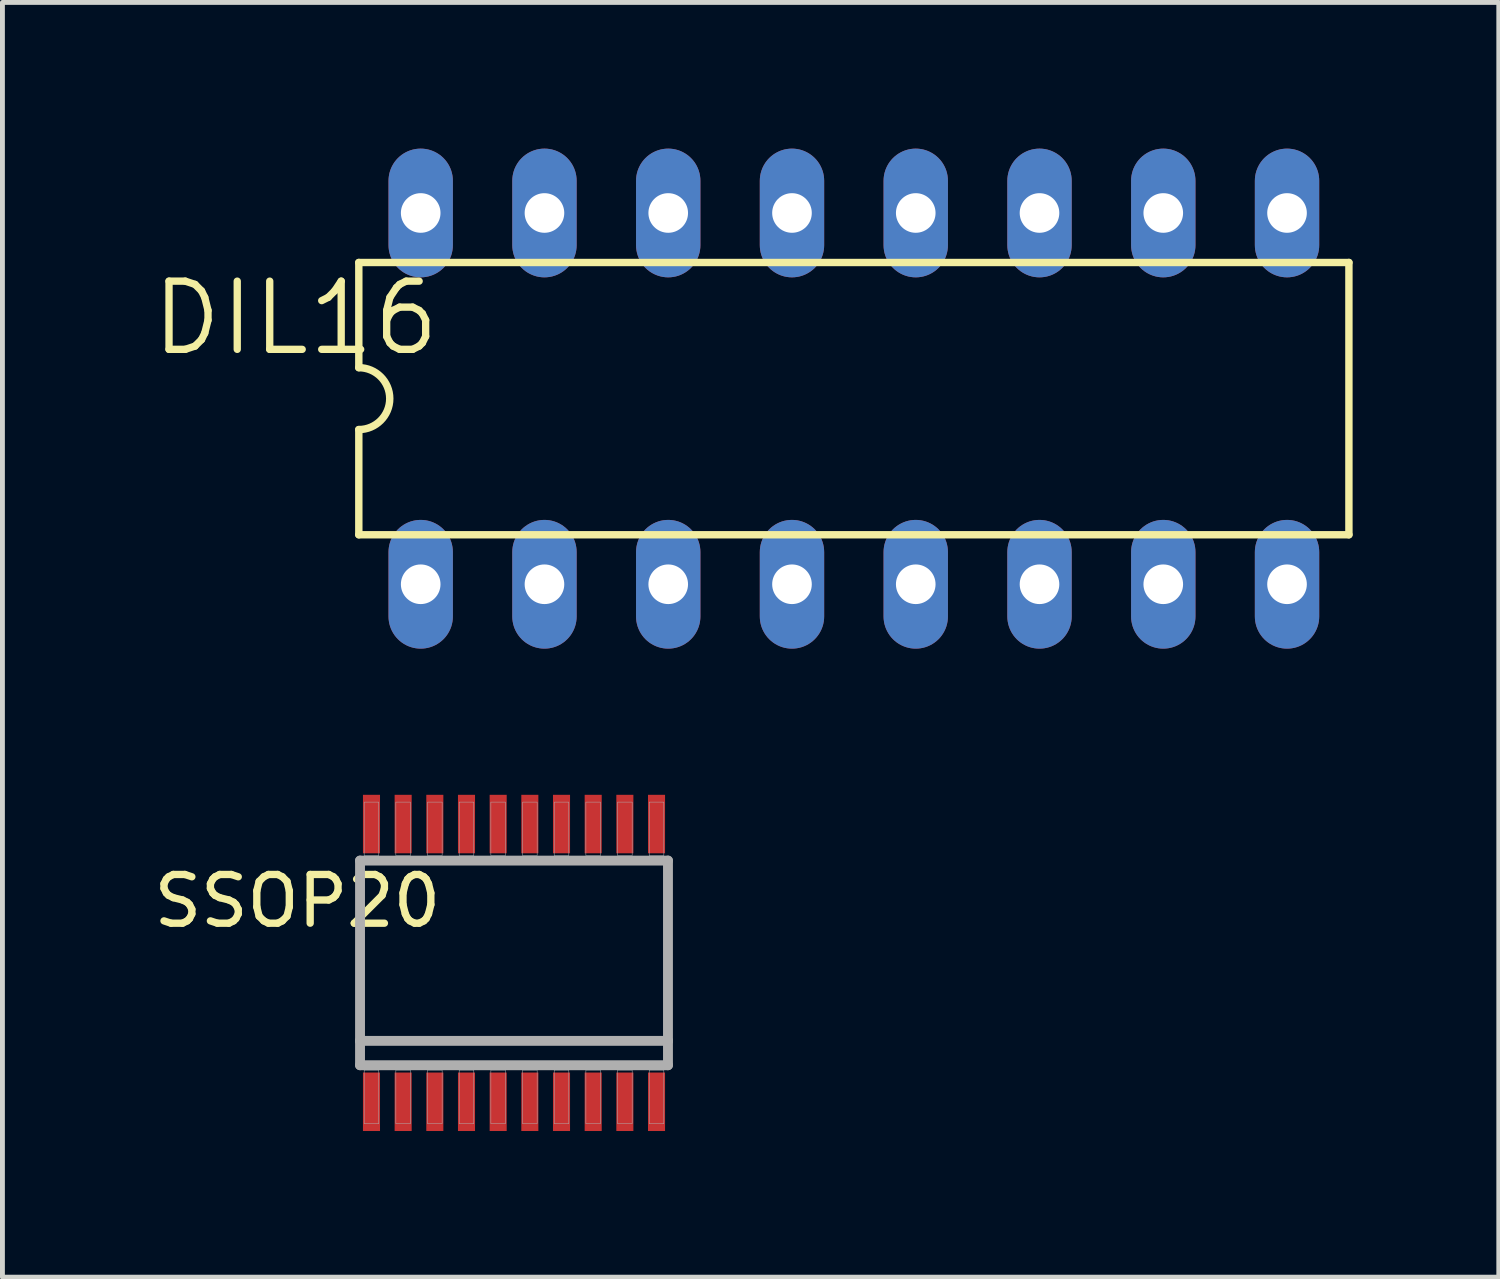
<source format=kicad_pcb>
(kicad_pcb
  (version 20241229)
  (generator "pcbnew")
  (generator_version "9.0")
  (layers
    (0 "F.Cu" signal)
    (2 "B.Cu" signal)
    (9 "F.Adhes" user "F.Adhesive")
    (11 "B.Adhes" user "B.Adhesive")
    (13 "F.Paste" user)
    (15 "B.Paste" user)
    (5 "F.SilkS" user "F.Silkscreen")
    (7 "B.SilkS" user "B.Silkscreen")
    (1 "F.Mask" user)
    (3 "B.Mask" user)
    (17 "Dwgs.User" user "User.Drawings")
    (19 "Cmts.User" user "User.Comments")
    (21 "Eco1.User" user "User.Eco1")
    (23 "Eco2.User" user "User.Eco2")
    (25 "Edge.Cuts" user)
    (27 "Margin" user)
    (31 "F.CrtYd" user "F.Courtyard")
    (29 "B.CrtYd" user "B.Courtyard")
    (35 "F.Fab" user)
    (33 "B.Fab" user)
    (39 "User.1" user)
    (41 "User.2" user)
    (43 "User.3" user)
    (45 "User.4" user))
  (footprint "DIL16"
    (layer "F.Cu")
    (at 14.474 5.131)
    (property "Reference" "DIL16" (at -11.455 -1.651 180) (layer "F.SilkS") (effects (font (size 1.4 1.4) (thickness 0.15))))
    (attr through_hole)
    (fp_line (start -10.16 -2.794) (end -10.16 -0.635) (stroke (width 0.152) (type solid)) (layer "F.SilkS"))
    (fp_line (start -10.16 0.635) (end -10.16 2.794) (stroke (width 0.152) (type solid)) (layer "F.SilkS"))
    (fp_line (start -10.16 2.794) (end 10.16 2.794) (stroke (width 0.152) (type solid)) (layer "F.SilkS"))
    (fp_line (start 10.16 -2.794) (end -10.16 -2.794) (stroke (width 0.152) (type solid)) (layer "F.SilkS"))
    (fp_line (start 10.16 2.794) (end 10.16 -2.794) (stroke (width 0.152) (type solid)) (layer "F.SilkS"))
    (fp_arc (start -10.16 -0.635) (mid -9.525 0) (end -10.16 0.635) (stroke (width 0.1524) (type solid)) (layer "F.SilkS"))
    (pad "1" thru_hole oval (at -8.89 3.81) (size 1.321 2.642) (drill 0.813) (layers "*.Cu" "*.Mask"))
    (pad "2" thru_hole oval (at -6.35 3.81) (size 1.321 2.642) (drill 0.813) (layers "*.Cu" "*.Mask"))
    (pad "3" thru_hole oval (at -3.81 3.81) (size 1.321 2.642) (drill 0.813) (layers "*.Cu" "*.Mask"))
    (pad "4" thru_hole oval (at -1.27 3.81) (size 1.321 2.642) (drill 0.813) (layers "*.Cu" "*.Mask"))
    (pad "5" thru_hole oval (at 1.27 3.81) (size 1.321 2.642) (drill 0.813) (layers "*.Cu" "*.Mask"))
    (pad "6" thru_hole oval (at 3.81 3.81) (size 1.321 2.642) (drill 0.813) (layers "*.Cu" "*.Mask"))
    (pad "7" thru_hole oval (at 6.35 3.81) (size 1.321 2.642) (drill 0.813) (layers "*.Cu" "*.Mask"))
    (pad "8" thru_hole oval (at 8.89 3.81) (size 1.321 2.642) (drill 0.813) (layers "*.Cu" "*.Mask"))
    (pad "9" thru_hole oval (at 8.89 -3.81) (size 1.321 2.642) (drill 0.813) (layers "*.Cu" "*.Mask"))
    (pad "10" thru_hole oval (at 6.35 -3.81) (size 1.321 2.642) (drill 0.813) (layers "*.Cu" "*.Mask"))
    (pad "11" thru_hole oval (at 3.81 -3.81) (size 1.321 2.642) (drill 0.813) (layers "*.Cu" "*.Mask"))
    (pad "12" thru_hole oval (at 1.27 -3.81) (size 1.321 2.642) (drill 0.813) (layers "*.Cu" "*.Mask"))
    (pad "13" thru_hole oval (at -1.27 -3.81) (size 1.321 2.642) (drill 0.813) (layers "*.Cu" "*.Mask"))
    (pad "14" thru_hole oval (at -3.81 -3.81) (size 1.321 2.642) (drill 0.813) (layers "*.Cu" "*.Mask"))
    (pad "15" thru_hole oval (at -6.35 -3.81) (size 1.321 2.642) (drill 0.813) (layers "*.Cu" "*.Mask"))
    (pad "16" thru_hole oval (at -8.89 -3.81) (size 1.321 2.642) (drill 0.813) (layers "*.Cu" "*.Mask")))
  (footprint "SSOP20"
    (layer "F.Cu")
    (at 7.499 16.712)
    (property "Reference" "SSOP20" (at -4.445 -1.27 180) (layer "F.SilkS") (effects (font (size 1 1) (thickness 0.15))))
    (attr through_hole)
    (fp_line (start -3.16 -2.1) (end 3.16 -2.1) (stroke (width 0.203) (type solid)) (layer "F.Fab"))
    (fp_line (start -3.16 1.6) (end -3.16 -2.1) (stroke (width 0.203) (type solid)) (layer "F.Fab"))
    (fp_line (start -3.16 2.1) (end -3.16 1.6) (stroke (width 0.203) (type solid)) (layer "F.Fab"))
    (fp_line (start 3.16 -2.1) (end 3.16 1.6) (stroke (width 0.203) (type solid)) (layer "F.Fab"))
    (fp_line (start 3.16 1.6) (end -3.16 1.6) (stroke (width 0.203) (type solid)) (layer "F.Fab"))
    (fp_line (start 3.16 1.6) (end 3.16 2.1) (stroke (width 0.203) (type solid)) (layer "F.Fab"))
    (fp_line (start 3.16 2.1) (end -3.16 2.1) (stroke (width 0.203) (type solid)) (layer "F.Fab"))
    (fp_poly (pts (xy -3.075 -3.3) (xy -2.775 -3.3) (xy -2.775 -2.2) (xy -3.075 -2.2)) (stroke (width 0.01) (type solid)) (fill no) (layer "F.Fab"))
    (fp_poly (pts (xy -3.075 2.2) (xy -2.775 2.2) (xy -2.775 3.3) (xy -3.075 3.3)) (stroke (width 0.01) (type solid)) (fill no) (layer "F.Fab"))
    (fp_poly (pts (xy -2.425 -3.3) (xy -2.125 -3.3) (xy -2.125 -2.2) (xy -2.425 -2.2)) (stroke (width 0.01) (type solid)) (fill no) (layer "F.Fab"))
    (fp_poly (pts (xy -2.425 2.2) (xy -2.125 2.2) (xy -2.125 3.3) (xy -2.425 3.3)) (stroke (width 0.01) (type solid)) (fill no) (layer "F.Fab"))
    (fp_poly (pts (xy -1.775 -3.3) (xy -1.475 -3.3) (xy -1.475 -2.2) (xy -1.775 -2.2)) (stroke (width 0.01) (type solid)) (fill no) (layer "F.Fab"))
    (fp_poly (pts (xy -1.775 2.2) (xy -1.475 2.2) (xy -1.475 3.3) (xy -1.775 3.3)) (stroke (width 0.01) (type solid)) (fill no) (layer "F.Fab"))
    (fp_poly (pts (xy -1.125 -3.3) (xy -0.825 -3.3) (xy -0.825 -2.2) (xy -1.125 -2.2)) (stroke (width 0.01) (type solid)) (fill no) (layer "F.Fab"))
    (fp_poly (pts (xy -1.125 2.2) (xy -0.825 2.2) (xy -0.825 3.3) (xy -1.125 3.3)) (stroke (width 0.01) (type solid)) (fill no) (layer "F.Fab"))
    (fp_poly (pts (xy -0.475 -3.3) (xy -0.175 -3.3) (xy -0.175 -2.2) (xy -0.475 -2.2)) (stroke (width 0.01) (type solid)) (fill no) (layer "F.Fab"))
    (fp_poly (pts (xy -0.475 2.2) (xy -0.175 2.2) (xy -0.175 3.3) (xy -0.475 3.3)) (stroke (width 0.01) (type solid)) (fill no) (layer "F.Fab"))
    (fp_poly (pts (xy 0.175 -3.3) (xy 0.475 -3.3) (xy 0.475 -2.2) (xy 0.175 -2.2)) (stroke (width 0.01) (type solid)) (fill no) (layer "F.Fab"))
    (fp_poly (pts (xy 0.175 2.2) (xy 0.475 2.2) (xy 0.475 3.3) (xy 0.175 3.3)) (stroke (width 0.01) (type solid)) (fill no) (layer "F.Fab"))
    (fp_poly (pts (xy 0.825 -3.3) (xy 1.125 -3.3) (xy 1.125 -2.2) (xy 0.825 -2.2)) (stroke (width 0.01) (type solid)) (fill no) (layer "F.Fab"))
    (fp_poly (pts (xy 0.825 2.2) (xy 1.125 2.2) (xy 1.125 3.3) (xy 0.825 3.3)) (stroke (width 0.01) (type solid)) (fill no) (layer "F.Fab"))
    (fp_poly (pts (xy 1.475 -3.3) (xy 1.775 -3.3) (xy 1.775 -2.2) (xy 1.475 -2.2)) (stroke (width 0.01) (type solid)) (fill no) (layer "F.Fab"))
    (fp_poly (pts (xy 1.475 2.2) (xy 1.775 2.2) (xy 1.775 3.3) (xy 1.475 3.3)) (stroke (width 0.01) (type solid)) (fill no) (layer "F.Fab"))
    (fp_poly (pts (xy 2.125 -3.3) (xy 2.425 -3.3) (xy 2.425 -2.2) (xy 2.125 -2.2)) (stroke (width 0.01) (type solid)) (fill no) (layer "F.Fab"))
    (fp_poly (pts (xy 2.125 2.2) (xy 2.425 2.2) (xy 2.425 3.3) (xy 2.125 3.3)) (stroke (width 0.01) (type solid)) (fill no) (layer "F.Fab"))
    (fp_poly (pts (xy 2.775 -3.3) (xy 3.075 -3.3) (xy 3.075 -2.2) (xy 2.775 -2.2)) (stroke (width 0.01) (type solid)) (fill no) (layer "F.Fab"))
    (fp_poly (pts (xy 2.775 2.2) (xy 3.075 2.2) (xy 3.075 3.3) (xy 2.775 3.3)) (stroke (width 0.01) (type solid)) (fill no) (layer "F.Fab"))
    (pad "1" smd rect (at -2.925 2.85) (size 0.35 1.2) (layers "F.Cu" "F.Mask" "F.Paste"))
    (pad "2" smd rect (at -2.275 2.85) (size 0.35 1.2) (layers "F.Cu" "F.Mask" "F.Paste"))
    (pad "3" smd rect (at -1.625 2.85) (size 0.35 1.2) (layers "F.Cu" "F.Mask" "F.Paste"))
    (pad "4" smd rect (at -0.975 2.85) (size 0.35 1.2) (layers "F.Cu" "F.Mask" "F.Paste"))
    (pad "5" smd rect (at -0.325 2.85) (size 0.35 1.2) (layers "F.Cu" "F.Mask" "F.Paste"))
    (pad "6" smd rect (at 0.325 2.85) (size 0.35 1.2) (layers "F.Cu" "F.Mask" "F.Paste"))
    (pad "7" smd rect (at 0.975 2.85) (size 0.35 1.2) (layers "F.Cu" "F.Mask" "F.Paste"))
    (pad "8" smd rect (at 1.625 2.85) (size 0.35 1.2) (layers "F.Cu" "F.Mask" "F.Paste"))
    (pad "9" smd rect (at 2.275 2.85) (size 0.35 1.2) (layers "F.Cu" "F.Mask" "F.Paste"))
    (pad "10" smd rect (at 2.925 2.85) (size 0.35 1.2) (layers "F.Cu" "F.Mask" "F.Paste"))
    (pad "11" smd rect (at 2.925 -2.85 180) (size 0.35 1.2) (layers "F.Cu" "F.Mask" "F.Paste"))
    (pad "12" smd rect (at 2.275 -2.85 180) (size 0.35 1.2) (layers "F.Cu" "F.Mask" "F.Paste"))
    (pad "13" smd rect (at 1.625 -2.85 180) (size 0.35 1.2) (layers "F.Cu" "F.Mask" "F.Paste"))
    (pad "14" smd rect (at 0.975 -2.85 180) (size 0.35 1.2) (layers "F.Cu" "F.Mask" "F.Paste"))
    (pad "15" smd rect (at 0.325 -2.85 180) (size 0.35 1.2) (layers "F.Cu" "F.Mask" "F.Paste"))
    (pad "16" smd rect (at -0.325 -2.85 180) (size 0.35 1.2) (layers "F.Cu" "F.Mask" "F.Paste"))
    (pad "17" smd rect (at -0.975 -2.85 180) (size 0.35 1.2) (layers "F.Cu" "F.Mask" "F.Paste"))
    (pad "18" smd rect (at -1.625 -2.85 180) (size 0.35 1.2) (layers "F.Cu" "F.Mask" "F.Paste"))
    (pad "19" smd rect (at -2.275 -2.85 180) (size 0.35 1.2) (layers "F.Cu" "F.Mask" "F.Paste"))
    (pad "20" smd rect (at -2.925 -2.85 180) (size 0.35 1.2) (layers "F.Cu" "F.Mask" "F.Paste")))
  (gr_rect
    (start -3 -3)
    (end 27.71 23.162)
    (stroke (width 0.1) (type default))
    (fill no)
    (layer "Edge.Cuts")))
</source>
